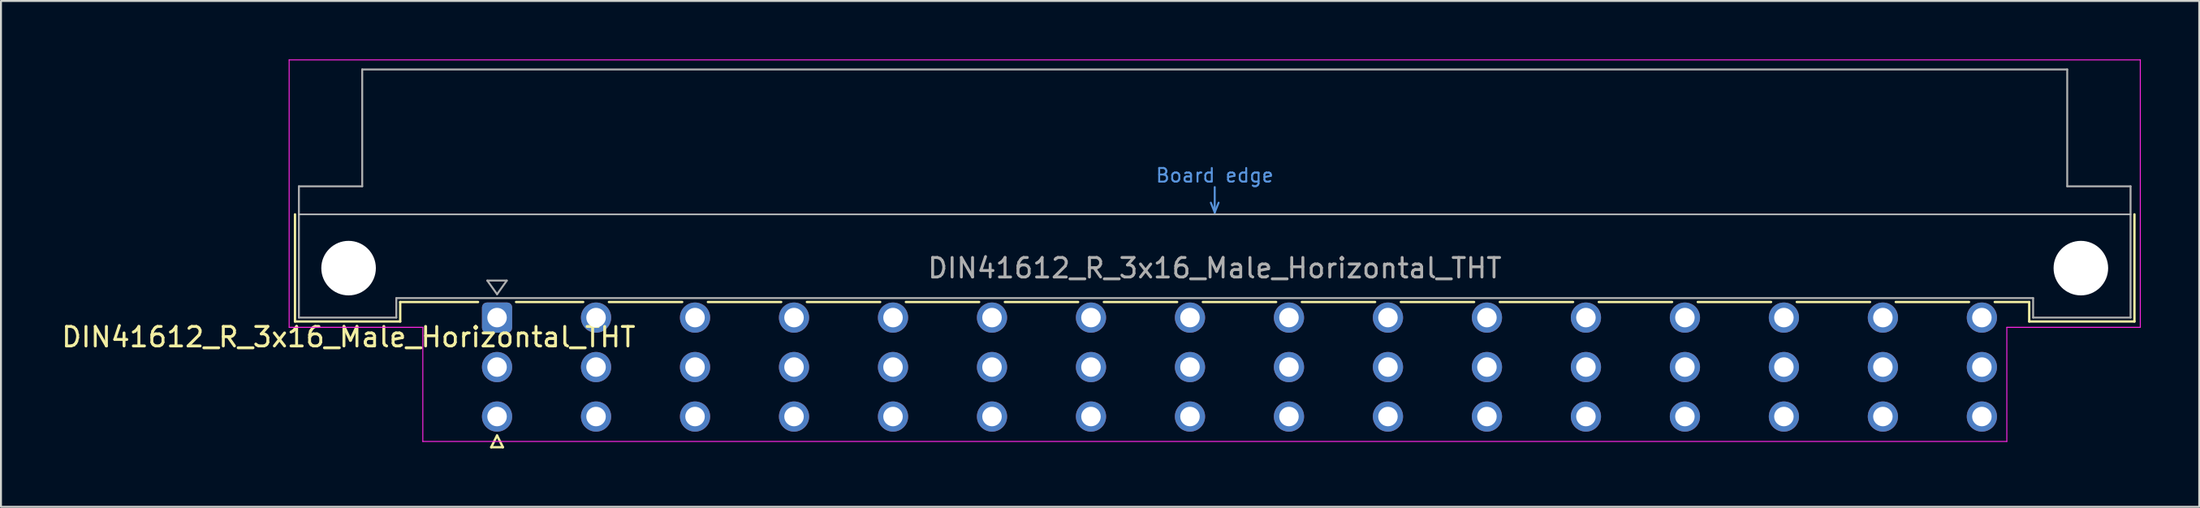
<source format=kicad_pcb>
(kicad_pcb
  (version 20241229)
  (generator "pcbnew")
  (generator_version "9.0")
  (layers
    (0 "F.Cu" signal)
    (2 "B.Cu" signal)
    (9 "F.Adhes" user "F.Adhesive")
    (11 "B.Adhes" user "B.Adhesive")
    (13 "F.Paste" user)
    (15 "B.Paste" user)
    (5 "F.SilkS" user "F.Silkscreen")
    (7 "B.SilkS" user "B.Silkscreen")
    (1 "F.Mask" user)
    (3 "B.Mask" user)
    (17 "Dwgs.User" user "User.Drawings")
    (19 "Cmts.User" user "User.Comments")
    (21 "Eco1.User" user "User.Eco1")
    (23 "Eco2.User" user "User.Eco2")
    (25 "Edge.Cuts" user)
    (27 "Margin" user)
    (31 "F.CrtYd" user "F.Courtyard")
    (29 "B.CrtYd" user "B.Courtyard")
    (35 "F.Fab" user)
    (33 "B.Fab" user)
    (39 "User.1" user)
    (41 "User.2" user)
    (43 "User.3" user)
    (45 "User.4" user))
  (footprint "DIN41612_R_3x16_Male_Horizontal_THT"
    (layer "F.Cu")
    (at 19.919 13.255)
    (property "Reference" "DIN41612_R_3x16_Male_Horizontal_THT" (at -5.08 1 0) (layer "F.SilkS") (effects (font (size 1 1) (thickness 0.15))))
    (attr through_hole)
    (fp_line (start -7.83 -5.3) (end -7.83 0.2) (stroke (width 0.12) (type solid)) (layer "F.SilkS"))
    (fp_line (start -7.83 0.2) (end -2.43 0.2) (stroke (width 0.12) (type solid)) (layer "F.SilkS"))
    (fp_line (start -2.431 -0.8) (end 1.565 -0.8) (stroke (width 0.12) (type solid)) (layer "F.SilkS"))
    (fp_line (start -2.43 0.2) (end -2.43 -0.8) (stroke (width 0.12) (type solid)) (layer "F.SilkS"))
    (fp_line (start 2.24 6.655) (end 2.84 6.655) (stroke (width 0.12) (type solid)) (layer "F.SilkS"))
    (fp_line (start 2.54 6.055) (end 2.24 6.655) (stroke (width 0.12) (type solid)) (layer "F.SilkS"))
    (fp_line (start 2.84 6.655) (end 2.54 6.055) (stroke (width 0.12) (type solid)) (layer "F.SilkS"))
    (fp_line (start 3.515 -0.8) (end 6.961 -0.8) (stroke (width 0.12) (type solid)) (layer "F.SilkS"))
    (fp_line (start 8.28 -0.8) (end 12.041 -0.8) (stroke (width 0.12) (type solid)) (layer "F.SilkS"))
    (fp_line (start 13.36 -0.8) (end 17.121 -0.8) (stroke (width 0.12) (type solid)) (layer "F.SilkS"))
    (fp_line (start 18.44 -0.8) (end 22.201 -0.8) (stroke (width 0.12) (type solid)) (layer "F.SilkS"))
    (fp_line (start 23.52 -0.8) (end 27.281 -0.8) (stroke (width 0.12) (type solid)) (layer "F.SilkS"))
    (fp_line (start 28.6 -0.8) (end 32.361 -0.8) (stroke (width 0.12) (type solid)) (layer "F.SilkS"))
    (fp_line (start 33.68 -0.8) (end 37.441 -0.8) (stroke (width 0.12) (type solid)) (layer "F.SilkS"))
    (fp_line (start 38.76 -0.8) (end 42.521 -0.8) (stroke (width 0.12) (type solid)) (layer "F.SilkS"))
    (fp_line (start 43.84 -0.8) (end 47.601 -0.8) (stroke (width 0.12) (type solid)) (layer "F.SilkS"))
    (fp_line (start 48.92 -0.8) (end 52.681 -0.8) (stroke (width 0.12) (type solid)) (layer "F.SilkS"))
    (fp_line (start 54 -0.8) (end 57.761 -0.8) (stroke (width 0.12) (type solid)) (layer "F.SilkS"))
    (fp_line (start 59.08 -0.8) (end 62.841 -0.8) (stroke (width 0.12) (type solid)) (layer "F.SilkS"))
    (fp_line (start 64.16 -0.8) (end 67.921 -0.8) (stroke (width 0.12) (type solid)) (layer "F.SilkS"))
    (fp_line (start 69.24 -0.8) (end 73.001 -0.8) (stroke (width 0.12) (type solid)) (layer "F.SilkS"))
    (fp_line (start 74.32 -0.8) (end 78.081 -0.8) (stroke (width 0.12) (type solid)) (layer "F.SilkS"))
    (fp_line (start 79.4 -0.8) (end 81.17 -0.8) (stroke (width 0.12) (type solid)) (layer "F.SilkS"))
    (fp_line (start 81.17 0.2) (end 81.17 -0.8) (stroke (width 0.12) (type solid)) (layer "F.SilkS"))
    (fp_line (start 86.57 -5.3) (end 86.57 0.2) (stroke (width 0.12) (type solid)) (layer "F.SilkS"))
    (fp_line (start 86.57 0.2) (end 81.17 0.2) (stroke (width 0.12) (type solid)) (layer "F.SilkS"))
    (fp_line (start -7.63 -5.3) (end 86.37 -5.3) (stroke (width 0.08) (type solid)) (layer "Dwgs.User"))
    (fp_line (start 39.17 -5.9) (end 39.37 -5.4) (stroke (width 0.1) (type solid)) (layer "Cmts.User"))
    (fp_line (start 39.37 -5.4) (end 39.37 -6.7) (stroke (width 0.1) (type solid)) (layer "Cmts.User"))
    (fp_line (start 39.37 -5.4) (end 39.57 -5.9) (stroke (width 0.1) (type solid)) (layer "Cmts.User"))
    (fp_line (start -8.13 -13.23) (end -8.13 0.5) (stroke (width 0.05) (type solid)) (layer "F.CrtYd"))
    (fp_line (start -8.13 0.5) (end -1.27 0.5) (stroke (width 0.05) (type solid)) (layer "F.CrtYd"))
    (fp_line (start -1.27 0.5) (end -1.27 6.36) (stroke (width 0.05) (type solid)) (layer "F.CrtYd"))
    (fp_line (start -1.27 6.36) (end 80.02 6.36) (stroke (width 0.05) (type solid)) (layer "F.CrtYd"))
    (fp_line (start 80.02 0.5) (end 86.87 0.5) (stroke (width 0.05) (type solid)) (layer "F.CrtYd"))
    (fp_line (start 80.02 6.36) (end 80.02 0.5) (stroke (width 0.05) (type solid)) (layer "F.CrtYd"))
    (fp_line (start 86.87 -13.23) (end -8.13 -13.23) (stroke (width 0.05) (type solid)) (layer "F.CrtYd"))
    (fp_line (start 86.87 0.5) (end 86.87 -13.23) (stroke (width 0.05) (type solid)) (layer "F.CrtYd"))
    (fp_line (start -7.63 -6.74) (end -7.63 0) (stroke (width 0.1) (type solid)) (layer "F.Fab"))
    (fp_line (start -7.63 0) (end -2.63 0) (stroke (width 0.1) (type solid)) (layer "F.Fab"))
    (fp_line (start -4.38 -12.74) (end -4.38 -6.74) (stroke (width 0.1) (type solid)) (layer "F.Fab"))
    (fp_line (start -4.38 -6.74) (end -7.63 -6.74) (stroke (width 0.1) (type solid)) (layer "F.Fab"))
    (fp_line (start -2.63 -1) (end 81.37 -1) (stroke (width 0.1) (type solid)) (layer "F.Fab"))
    (fp_line (start -2.63 0) (end -2.63 -1) (stroke (width 0.1) (type solid)) (layer "F.Fab"))
    (fp_line (start 2.04 -1.9) (end 3.04 -1.9) (stroke (width 0.1) (type solid)) (layer "F.Fab"))
    (fp_line (start 2.54 -1.2) (end 2.04 -1.9) (stroke (width 0.1) (type solid)) (layer "F.Fab"))
    (fp_line (start 3.04 -1.9) (end 2.54 -1.2) (stroke (width 0.1) (type solid)) (layer "F.Fab"))
    (fp_line (start 81.37 -1) (end 81.37 0) (stroke (width 0.1) (type solid)) (layer "F.Fab"))
    (fp_line (start 81.37 0) (end 86.37 0) (stroke (width 0.1) (type solid)) (layer "F.Fab"))
    (fp_line (start 83.12 -12.74) (end -4.38 -12.74) (stroke (width 0.1) (type solid)) (layer "F.Fab"))
    (fp_line (start 83.12 -6.74) (end 83.12 -12.74) (stroke (width 0.1) (type solid)) (layer "F.Fab"))
    (fp_line (start 86.37 -6.74) (end 83.12 -6.74) (stroke (width 0.1) (type solid)) (layer "F.Fab"))
    (fp_line (start 86.37 0) (end 86.37 -6.74) (stroke (width 0.1) (type solid)) (layer "F.Fab"))
    (fp_text user "Board edge" (at 39.37 -7.3 0) (layer "Cmts.User") (effects (font (size 0.7 0.7) (thickness 0.1))))
    (fp_text user "${REFERENCE}" (at 39.37 -2.54 0) (layer "F.Fab") (effects (font (size 1 1) (thickness 0.15))))
    (pad "" np_thru_hole circle (at -5.08 -2.54) (size 2.8 2.8) (drill 2.8) (layers "*.Cu" "*.Mask"))
    (pad "" np_thru_hole circle (at 83.82 -2.54) (size 2.8 2.8) (drill 2.8) (layers "*.Cu" "*.Mask"))
    (pad "a2" thru_hole roundrect (at 2.54 0) (size 1.55 1.55) (drill 1) (layers "*.Cu" "*.Mask") (roundrect_rratio 0.161))
    (pad "a4" thru_hole circle (at 7.62 0) (size 1.55 1.55) (drill 1) (layers "*.Cu" "*.Mask"))
    (pad "a6" thru_hole circle (at 12.7 0) (size 1.55 1.55) (drill 1) (layers "*.Cu" "*.Mask"))
    (pad "a8" thru_hole circle (at 17.78 0) (size 1.55 1.55) (drill 1) (layers "*.Cu" "*.Mask"))
    (pad "a10" thru_hole circle (at 22.86 0) (size 1.55 1.55) (drill 1) (layers "*.Cu" "*.Mask"))
    (pad "a12" thru_hole circle (at 27.94 0) (size 1.55 1.55) (drill 1) (layers "*.Cu" "*.Mask"))
    (pad "a14" thru_hole circle (at 33.02 0) (size 1.55 1.55) (drill 1) (layers "*.Cu" "*.Mask"))
    (pad "a16" thru_hole circle (at 38.1 0) (size 1.55 1.55) (drill 1) (layers "*.Cu" "*.Mask"))
    (pad "a18" thru_hole circle (at 43.18 0) (size 1.55 1.55) (drill 1) (layers "*.Cu" "*.Mask"))
    (pad "a20" thru_hole circle (at 48.26 0) (size 1.55 1.55) (drill 1) (layers "*.Cu" "*.Mask"))
    (pad "a22" thru_hole circle (at 53.34 0) (size 1.55 1.55) (drill 1) (layers "*.Cu" "*.Mask"))
    (pad "a24" thru_hole circle (at 58.42 0) (size 1.55 1.55) (drill 1) (layers "*.Cu" "*.Mask"))
    (pad "a26" thru_hole circle (at 63.5 0) (size 1.55 1.55) (drill 1) (layers "*.Cu" "*.Mask"))
    (pad "a28" thru_hole circle (at 68.58 0) (size 1.55 1.55) (drill 1) (layers "*.Cu" "*.Mask"))
    (pad "a30" thru_hole circle (at 73.66 0) (size 1.55 1.55) (drill 1) (layers "*.Cu" "*.Mask"))
    (pad "a32" thru_hole circle (at 78.74 0) (size 1.55 1.55) (drill 1) (layers "*.Cu" "*.Mask"))
    (pad "b2" thru_hole circle (at 2.54 2.54) (size 1.55 1.55) (drill 1) (layers "*.Cu" "*.Mask"))
    (pad "b4" thru_hole circle (at 7.62 2.54) (size 1.55 1.55) (drill 1) (layers "*.Cu" "*.Mask"))
    (pad "b6" thru_hole circle (at 12.7 2.54) (size 1.55 1.55) (drill 1) (layers "*.Cu" "*.Mask"))
    (pad "b8" thru_hole circle (at 17.78 2.54) (size 1.55 1.55) (drill 1) (layers "*.Cu" "*.Mask"))
    (pad "b10" thru_hole circle (at 22.86 2.54) (size 1.55 1.55) (drill 1) (layers "*.Cu" "*.Mask"))
    (pad "b12" thru_hole circle (at 27.94 2.54) (size 1.55 1.55) (drill 1) (layers "*.Cu" "*.Mask"))
    (pad "b14" thru_hole circle (at 33.02 2.54) (size 1.55 1.55) (drill 1) (layers "*.Cu" "*.Mask"))
    (pad "b16" thru_hole circle (at 38.1 2.54) (size 1.55 1.55) (drill 1) (layers "*.Cu" "*.Mask"))
    (pad "b18" thru_hole circle (at 43.18 2.54) (size 1.55 1.55) (drill 1) (layers "*.Cu" "*.Mask"))
    (pad "b20" thru_hole circle (at 48.26 2.54) (size 1.55 1.55) (drill 1) (layers "*.Cu" "*.Mask"))
    (pad "b22" thru_hole circle (at 53.34 2.54) (size 1.55 1.55) (drill 1) (layers "*.Cu" "*.Mask"))
    (pad "b24" thru_hole circle (at 58.42 2.54) (size 1.55 1.55) (drill 1) (layers "*.Cu" "*.Mask"))
    (pad "b26" thru_hole circle (at 63.5 2.54) (size 1.55 1.55) (drill 1) (layers "*.Cu" "*.Mask"))
    (pad "b28" thru_hole circle (at 68.58 2.54) (size 1.55 1.55) (drill 1) (layers "*.Cu" "*.Mask"))
    (pad "b30" thru_hole circle (at 73.66 2.54) (size 1.55 1.55) (drill 1) (layers "*.Cu" "*.Mask"))
    (pad "b32" thru_hole circle (at 78.74 2.54) (size 1.55 1.55) (drill 1) (layers "*.Cu" "*.Mask"))
    (pad "c2" thru_hole circle (at 2.54 5.08) (size 1.55 1.55) (drill 1) (layers "*.Cu" "*.Mask"))
    (pad "c4" thru_hole circle (at 7.62 5.08) (size 1.55 1.55) (drill 1) (layers "*.Cu" "*.Mask"))
    (pad "c6" thru_hole circle (at 12.7 5.08) (size 1.55 1.55) (drill 1) (layers "*.Cu" "*.Mask"))
    (pad "c8" thru_hole circle (at 17.78 5.08) (size 1.55 1.55) (drill 1) (layers "*.Cu" "*.Mask"))
    (pad "c10" thru_hole circle (at 22.86 5.08) (size 1.55 1.55) (drill 1) (layers "*.Cu" "*.Mask"))
    (pad "c12" thru_hole circle (at 27.94 5.08) (size 1.55 1.55) (drill 1) (layers "*.Cu" "*.Mask"))
    (pad "c14" thru_hole circle (at 33.02 5.08) (size 1.55 1.55) (drill 1) (layers "*.Cu" "*.Mask"))
    (pad "c16" thru_hole circle (at 38.1 5.08) (size 1.55 1.55) (drill 1) (layers "*.Cu" "*.Mask"))
    (pad "c18" thru_hole circle (at 43.18 5.08) (size 1.55 1.55) (drill 1) (layers "*.Cu" "*.Mask"))
    (pad "c20" thru_hole circle (at 48.26 5.08) (size 1.55 1.55) (drill 1) (layers "*.Cu" "*.Mask"))
    (pad "c22" thru_hole circle (at 53.34 5.08) (size 1.55 1.55) (drill 1) (layers "*.Cu" "*.Mask"))
    (pad "c24" thru_hole circle (at 58.42 5.08) (size 1.55 1.55) (drill 1) (layers "*.Cu" "*.Mask"))
    (pad "c26" thru_hole circle (at 63.5 5.08) (size 1.55 1.55) (drill 1) (layers "*.Cu" "*.Mask"))
    (pad "c28" thru_hole circle (at 68.58 5.08) (size 1.55 1.55) (drill 1) (layers "*.Cu" "*.Mask"))
    (pad "c30" thru_hole circle (at 73.66 5.08) (size 1.55 1.55) (drill 1) (layers "*.Cu" "*.Mask"))
    (pad "c32" thru_hole circle (at 78.74 5.08) (size 1.55 1.55) (drill 1) (layers "*.Cu" "*.Mask")))
  (gr_rect
    (start -3 -3)
    (end 109.814 22.97)
    (stroke (width 0.1) (type default))
    (fill no)
    (layer "Edge.Cuts")))
</source>
